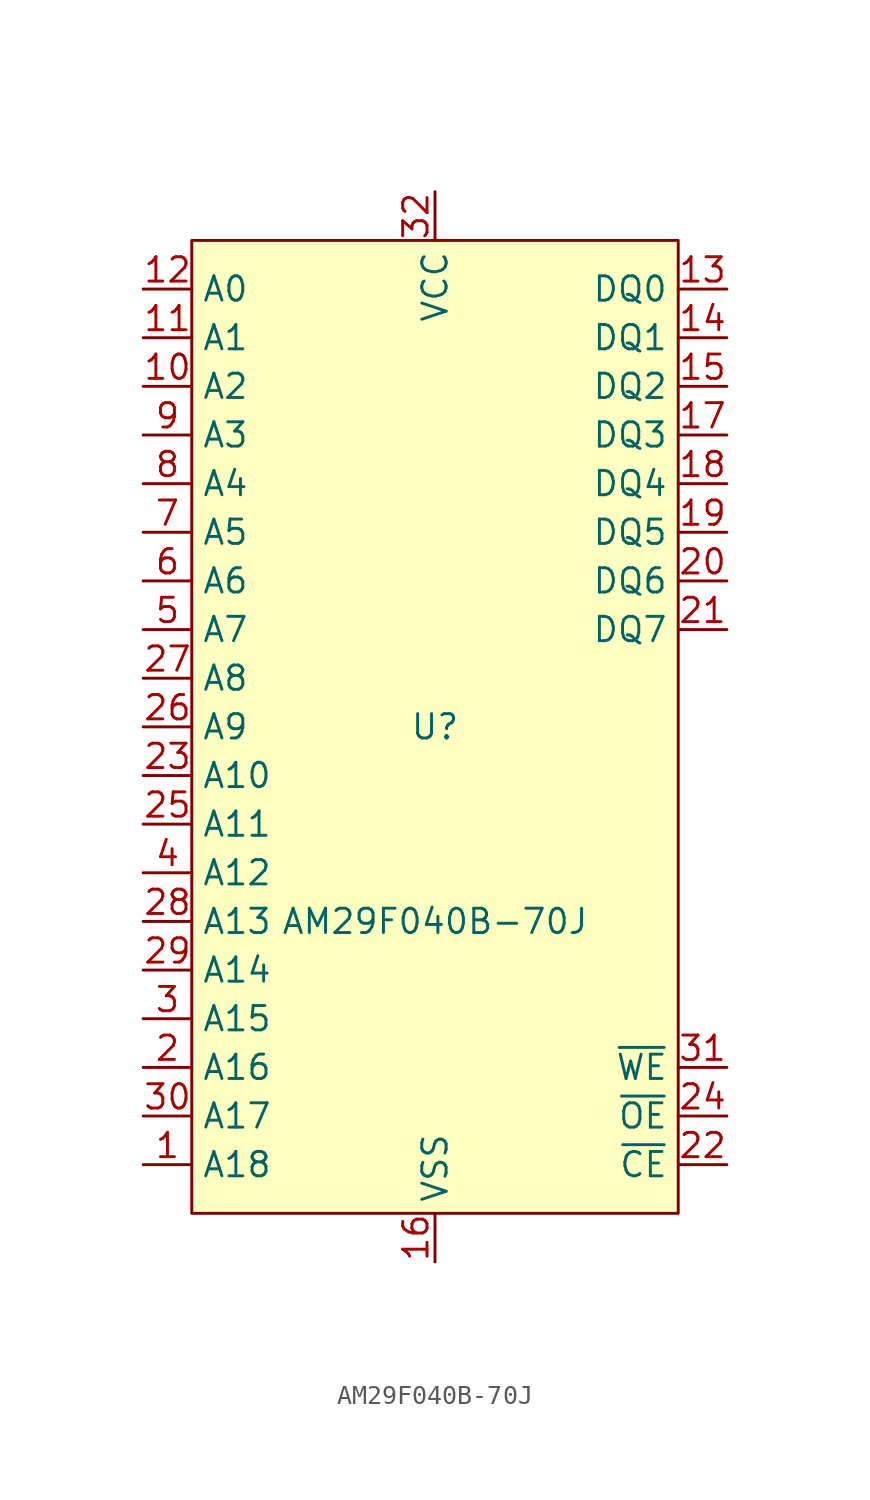
<source format=kicad_sym>
(kicad_symbol_lib
  (version 20220914)
  (generator kicad_symbol_editor)
  (symbol "AM29F040B-70J"
    (property "Reference" "U"
      (at 0 0 0)
      (effects (font (size 1.27 1.27))))
    (property "Value" "AM29F040B-70J"
      (at 0 -10.16 0)
      (effects (font (size 1.27 1.27))))
    (symbol "AM29F040B-70J_1_1"
      (polyline (pts (xy -12.7 25.4) (xy 12.7 25.4) (xy 12.7 -25.4) (xy -12.7 -25.4) (xy -12.7 25.4)) (stroke (width 0) (type default)) (fill (type background)))
      (pin input line (at -15.24 -22.86 0) (length 2.54) (name "A18" (effects (font (size 1.27 1.27)))) (number "1" (effects (font (size 1.27 1.27)))))
      (pin input line (at -15.24 17.78 0) (length 2.54) (name "A2" (effects (font (size 1.27 1.27)))) (number "10" (effects (font (size 1.27 1.27)))))
      (pin input line (at -15.24 20.32 0) (length 2.54) (name "A1" (effects (font (size 1.27 1.27)))) (number "11" (effects (font (size 1.27 1.27)))))
      (pin input line (at -15.24 22.86 0) (length 2.54) (name "A0" (effects (font (size 1.27 1.27)))) (number "12" (effects (font (size 1.27 1.27)))))
      (pin bidirectional line (at 15.24 22.86 180) (length 2.54) (name "DQ0" (effects (font (size 1.27 1.27)))) (number "13" (effects (font (size 1.27 1.27)))))
      (pin bidirectional line (at 15.24 20.32 180) (length 2.54) (name "DQ1" (effects (font (size 1.27 1.27)))) (number "14" (effects (font (size 1.27 1.27)))))
      (pin bidirectional line (at 15.24 17.78 180) (length 2.54) (name "DQ2" (effects (font (size 1.27 1.27)))) (number "15" (effects (font (size 1.27 1.27)))))
      (pin power_in line (at 0 -27.94 90) (length 2.54) (name "VSS" (effects (font (size 1.27 1.27)))) (number "16" (effects (font (size 1.27 1.27)))))
      (pin bidirectional line (at 15.24 15.24 180) (length 2.54) (name "DQ3" (effects (font (size 1.27 1.27)))) (number "17" (effects (font (size 1.27 1.27)))))
      (pin bidirectional line (at 15.24 12.7 180) (length 2.54) (name "DQ4" (effects (font (size 1.27 1.27)))) (number "18" (effects (font (size 1.27 1.27)))))
      (pin bidirectional line (at 15.24 10.16 180) (length 2.54) (name "DQ5" (effects (font (size 1.27 1.27)))) (number "19" (effects (font (size 1.27 1.27)))))
      (pin input line (at -15.24 -17.78 0) (length 2.54) (name "A16" (effects (font (size 1.27 1.27)))) (number "2" (effects (font (size 1.27 1.27)))))
      (pin bidirectional line (at 15.24 7.62 180) (length 2.54) (name "DQ6" (effects (font (size 1.27 1.27)))) (number "20" (effects (font (size 1.27 1.27)))))
      (pin bidirectional line (at 15.24 5.08 180) (length 2.54) (name "DQ7" (effects (font (size 1.27 1.27)))) (number "21" (effects (font (size 1.27 1.27)))))
      (pin input line (at 15.24 -22.86 180) (length 2.54) (name "~{CE}" (effects (font (size 1.27 1.27)))) (number "22" (effects (font (size 1.27 1.27)))))
      (pin input line (at -15.24 -2.54 0) (length 2.54) (name "A10" (effects (font (size 1.27 1.27)))) (number "23" (effects (font (size 1.27 1.27)))))
      (pin input line (at 15.24 -20.32 180) (length 2.54) (name "~{OE}" (effects (font (size 1.27 1.27)))) (number "24" (effects (font (size 1.27 1.27)))))
      (pin input line (at -15.24 -5.08 0) (length 2.54) (name "A11" (effects (font (size 1.27 1.27)))) (number "25" (effects (font (size 1.27 1.27)))))
      (pin input line (at -15.24 0 0) (length 2.54) (name "A9" (effects (font (size 1.27 1.27)))) (number "26" (effects (font (size 1.27 1.27)))))
      (pin input line (at -15.24 2.54 0) (length 2.54) (name "A8" (effects (font (size 1.27 1.27)))) (number "27" (effects (font (size 1.27 1.27)))))
      (pin input line (at -15.24 -10.16 0) (length 2.54) (name "A13" (effects (font (size 1.27 1.27)))) (number "28" (effects (font (size 1.27 1.27)))))
      (pin input line (at -15.24 -12.7 0) (length 2.54) (name "A14" (effects (font (size 1.27 1.27)))) (number "29" (effects (font (size 1.27 1.27)))))
      (pin input line (at -15.24 -15.24 0) (length 2.54) (name "A15" (effects (font (size 1.27 1.27)))) (number "3" (effects (font (size 1.27 1.27)))))
      (pin input line (at -15.24 -20.32 0) (length 2.54) (name "A17" (effects (font (size 1.27 1.27)))) (number "30" (effects (font (size 1.27 1.27)))))
      (pin input line (at 15.24 -17.78 180) (length 2.54) (name "~{WE}" (effects (font (size 1.27 1.27)))) (number "31" (effects (font (size 1.27 1.27)))))
      (pin power_in line (at 0 27.94 270) (length 2.54) (name "VCC" (effects (font (size 1.27 1.27)))) (number "32" (effects (font (size 1.27 1.27)))))
      (pin input line (at -15.24 -7.62 0) (length 2.54) (name "A12" (effects (font (size 1.27 1.27)))) (number "4" (effects (font (size 1.27 1.27)))))
      (pin input line (at -15.24 5.08 0) (length 2.54) (name "A7" (effects (font (size 1.27 1.27)))) (number "5" (effects (font (size 1.27 1.27)))))
      (pin input line (at -15.24 7.62 0) (length 2.54) (name "A6" (effects (font (size 1.27 1.27)))) (number "6" (effects (font (size 1.27 1.27)))))
      (pin input line (at -15.24 10.16 0) (length 2.54) (name "A5" (effects (font (size 1.27 1.27)))) (number "7" (effects (font (size 1.27 1.27)))))
      (pin input line (at -15.24 12.7 0) (length 2.54) (name "A4" (effects (font (size 1.27 1.27)))) (number "8" (effects (font (size 1.27 1.27)))))
      (pin input line (at -15.24 15.24 0) (length 2.54) (name "A3" (effects (font (size 1.27 1.27)))) (number "9" (effects (font (size 1.27 1.27))))))))
</source>
